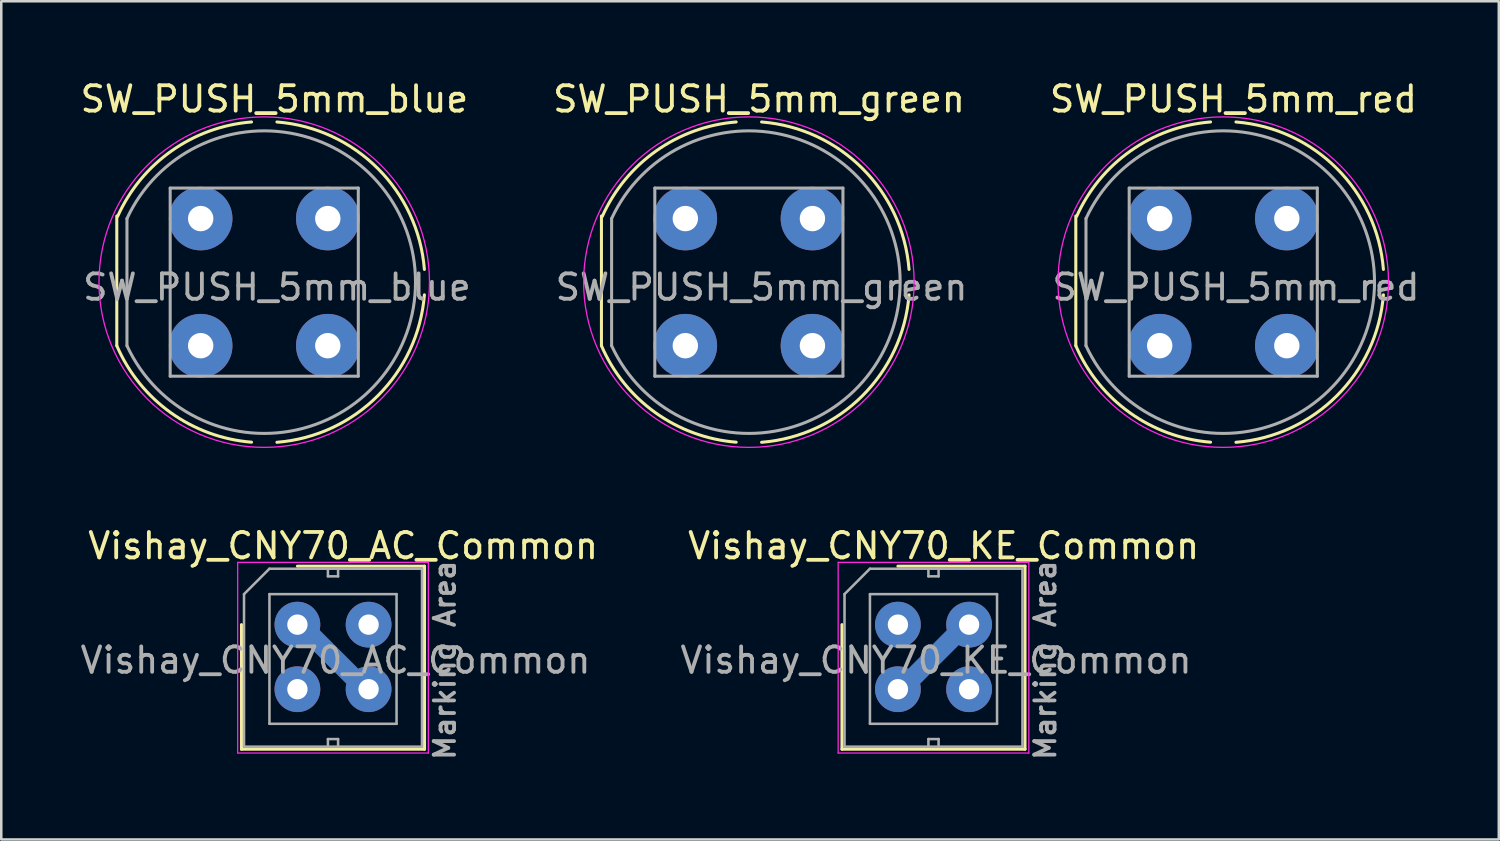
<source format=kicad_pcb>
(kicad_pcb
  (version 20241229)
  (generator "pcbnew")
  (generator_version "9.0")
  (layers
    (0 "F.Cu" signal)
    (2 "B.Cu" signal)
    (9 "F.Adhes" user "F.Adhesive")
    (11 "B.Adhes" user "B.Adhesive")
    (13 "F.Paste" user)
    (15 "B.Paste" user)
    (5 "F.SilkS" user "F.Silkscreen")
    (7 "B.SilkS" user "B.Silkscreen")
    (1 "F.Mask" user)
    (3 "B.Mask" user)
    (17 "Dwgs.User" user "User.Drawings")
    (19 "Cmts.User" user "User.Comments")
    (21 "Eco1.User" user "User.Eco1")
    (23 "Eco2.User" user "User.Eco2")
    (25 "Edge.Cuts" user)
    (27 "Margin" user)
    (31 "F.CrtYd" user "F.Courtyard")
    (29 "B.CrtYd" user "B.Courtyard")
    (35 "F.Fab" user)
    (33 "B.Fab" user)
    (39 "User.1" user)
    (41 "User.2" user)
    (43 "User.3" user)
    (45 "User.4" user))
  (footprint "Vishay_CNY70_KE_Common"
    (layer "F.Cu")
    (at 32.27 21.521)
    (property "Reference" "Vishay_CNY70_KE_Common" (at 1.8 -3.1 0) (layer "F.SilkS") (effects (font (size 1 1) (thickness 0.15))))
    (attr through_hole)
    (fp_line (start -2.2 0) (end -2.2 4.9) (stroke (width 0.12) (type solid)) (layer "F.SilkS"))
    (fp_line (start -2.2 4.9) (end 5 4.9) (stroke (width 0.12) (type solid)) (layer "F.SilkS"))
    (fp_line (start 5 -2.3) (end 0 -2.3) (stroke (width 0.12) (type solid)) (layer "F.SilkS"))
    (fp_line (start 5 4.9) (end 5 -2.3) (stroke (width 0.12) (type solid)) (layer "F.SilkS"))
    (fp_line (start -2.35 -2.45) (end -2.35 5.05) (stroke (width 0.05) (type solid)) (layer "F.CrtYd"))
    (fp_line (start -2.35 -2.45) (end 5.15 -2.45) (stroke (width 0.05) (type solid)) (layer "F.CrtYd"))
    (fp_line (start 5.15 5.05) (end -2.35 5.05) (stroke (width 0.05) (type solid)) (layer "F.CrtYd"))
    (fp_line (start 5.15 5.05) (end 5.15 -2.45) (stroke (width 0.05) (type solid)) (layer "F.CrtYd"))
    (fp_line (start -2.1 -1.2) (end -1.1 -2.2) (stroke (width 0.1) (type solid)) (layer "F.Fab"))
    (fp_line (start -2.1 4.8) (end -2.1 -1.2) (stroke (width 0.1) (type solid)) (layer "F.Fab"))
    (fp_line (start -1.1 -2.2) (end 4.9 -2.2) (stroke (width 0.1) (type solid)) (layer "F.Fab"))
    (fp_line (start -1.1 -1.2) (end -1.1 3.9) (stroke (width 0.1) (type solid)) (layer "F.Fab"))
    (fp_line (start -1.1 3.9) (end 3.9 3.9) (stroke (width 0.1) (type solid)) (layer "F.Fab"))
    (fp_line (start 1.2 -2.2) (end 1.2 -1.9) (stroke (width 0.1) (type solid)) (layer "F.Fab"))
    (fp_line (start 1.2 -1.9) (end 1.6 -1.9) (stroke (width 0.1) (type solid)) (layer "F.Fab"))
    (fp_line (start 1.2 4.5) (end 1.2 4.8) (stroke (width 0.1) (type solid)) (layer "F.Fab"))
    (fp_line (start 1.6 -1.9) (end 1.6 -2.2) (stroke (width 0.1) (type solid)) (layer "F.Fab"))
    (fp_line (start 1.6 4.5) (end 1.2 4.5) (stroke (width 0.1) (type solid)) (layer "F.Fab"))
    (fp_line (start 1.6 4.8) (end 1.6 4.5) (stroke (width 0.1) (type solid)) (layer "F.Fab"))
    (fp_line (start 3.9 -1.2) (end -1.1 -1.2) (stroke (width 0.1) (type solid)) (layer "F.Fab"))
    (fp_line (start 3.9 3.9) (end 3.9 -1.2) (stroke (width 0.1) (type solid)) (layer "F.Fab"))
    (fp_line (start 4.9 -2.2) (end 4.9 4.8) (stroke (width 0.1) (type solid)) (layer "F.Fab"))
    (fp_line (start 4.9 4.8) (end -2.1 4.8) (stroke (width 0.1) (type solid)) (layer "F.Fab"))
    (fp_text user "Marking Area" (at 5.8 1.4 90) (layer "F.Fab") (effects (font (size 0.8 0.8) (thickness 0.15))))
    (fp_text user "${REFERENCE}" (at 1.5 1.4 0) (layer "F.Fab") (effects (font (size 1 1) (thickness 0.15))))
    (pad "1" thru_hole circle (at 0 0) (size 1.8 1.8) (drill 0.8) (layers "*.Cu" "*.Mask"))
    (pad "2" thru_hole circle (at 0 2.54) (size 1.8 1.8) (drill 0.8) (layers "*.Cu" "*.Mask"))
    (pad "2" smd rect (at 1.4 1.27 315) (size 0.75 3) (layers "B.Cu"))
    (pad "2" thru_hole circle (at 2.8 0) (size 1.8 1.8) (drill 0.8) (layers "*.Cu" "*.Mask"))
    (pad "3" thru_hole circle (at 2.8 2.54) (size 1.8 1.8) (drill 0.8) (layers "*.Cu" "*.Mask")))
  (footprint "SW_PUSH_5mm_green"
    (layer "F.Cu")
    (at 23.908 5.548)
    (property "Reference" "SW_PUSH_5mm_green" (at 2.9 -4.7 0) (layer "F.SilkS") (effects (font (size 1 1) (thickness 0.15))))
    (attr through_hole)
    (fp_line (start -3.3 -0.1) (end -3.3 5) (stroke (width 0.12) (type solid)) (layer "F.SilkS"))
    (fp_arc (start -3.266886 -0.085156) (mid -1.142593 -2.664448) (end 2 -3.8) (stroke (width 0.12) (type solid)) (layer "F.SilkS"))
    (fp_arc (start 2.000311 8.796055) (mid -1.177503 7.63478) (end -3.3 5) (stroke (width 0.12) (type solid)) (layer "F.SilkS"))
    (fp_arc (start 3 -3.8) (mid 6.968781 -1.968781) (end 8.8 2) (stroke (width 0.12) (type solid)) (layer "F.SilkS"))
    (fp_arc (start 8.8 3) (mid 6.968781 6.968781) (end 3 8.8) (stroke (width 0.12) (type solid)) (layer "F.SilkS"))
    (fp_circle (center 2.5 2.5) (end 9 2.5) (stroke (width 0.05) (type solid)) (fill no) (layer "F.CrtYd"))
    (fp_line (start -2.9 0) (end -2.9 5) (stroke (width 0.12) (type solid)) (layer "F.Fab"))
    (fp_line (start -1.2 -1.2) (end 6.2 -1.2) (stroke (width 0.12) (type solid)) (layer "F.Fab"))
    (fp_line (start -1.2 6.2) (end -1.2 -1.2) (stroke (width 0.12) (type solid)) (layer "F.Fab"))
    (fp_line (start 6.2 -1.2) (end 6.2 6.2) (stroke (width 0.12) (type solid)) (layer "F.Fab"))
    (fp_line (start 6.2 6.2) (end -1.2 6.2) (stroke (width 0.12) (type solid)) (layer "F.Fab"))
    (fp_arc (start -2.900001 0.000001) (mid 8.450631 2.499999) (end -2.9 5) (stroke (width 0.12) (type solid)) (layer "F.Fab"))
    (fp_text user "${REFERENCE}" (at 3 2.7 0) (layer "F.Fab") (effects (font (size 1 1) (thickness 0.15))))
    (pad "1" thru_hole circle (at 0 0 90) (size 2.5 2.5) (drill 1) (layers "*.Cu" "*.Mask"))
    (pad "1" thru_hole circle (at 5 0 90) (size 2.5 2.5) (drill 1) (layers "*.Cu" "*.Mask"))
    (pad "2" thru_hole circle (at 0 5 90) (size 2.5 2.5) (drill 1) (layers "*.Cu" "*.Mask"))
    (pad "2" thru_hole circle (at 5 5 90) (size 2.5 2.5) (drill 1) (layers "*.Cu" "*.Mask")))
  (footprint "Vishay_CNY70_AC_Common"
    (layer "F.Cu")
    (at 8.649 21.521)
    (property "Reference" "Vishay_CNY70_AC_Common" (at 1.8 -3.1 0) (layer "F.SilkS") (effects (font (size 1 1) (thickness 0.15))))
    (attr through_hole)
    (fp_line (start -2.2 0) (end -2.2 4.9) (stroke (width 0.12) (type solid)) (layer "F.SilkS"))
    (fp_line (start -2.2 4.9) (end 5 4.9) (stroke (width 0.12) (type solid)) (layer "F.SilkS"))
    (fp_line (start 5 -2.3) (end 0 -2.3) (stroke (width 0.12) (type solid)) (layer "F.SilkS"))
    (fp_line (start 5 4.9) (end 5 -2.3) (stroke (width 0.12) (type solid)) (layer "F.SilkS"))
    (fp_line (start -2.35 -2.45) (end -2.35 5.05) (stroke (width 0.05) (type solid)) (layer "F.CrtYd"))
    (fp_line (start -2.35 -2.45) (end 5.15 -2.45) (stroke (width 0.05) (type solid)) (layer "F.CrtYd"))
    (fp_line (start 5.15 5.05) (end -2.35 5.05) (stroke (width 0.05) (type solid)) (layer "F.CrtYd"))
    (fp_line (start 5.15 5.05) (end 5.15 -2.45) (stroke (width 0.05) (type solid)) (layer "F.CrtYd"))
    (fp_line (start -2.1 -1.2) (end -1.1 -2.2) (stroke (width 0.1) (type solid)) (layer "F.Fab"))
    (fp_line (start -2.1 4.8) (end -2.1 -1.2) (stroke (width 0.1) (type solid)) (layer "F.Fab"))
    (fp_line (start -1.1 -2.2) (end 4.9 -2.2) (stroke (width 0.1) (type solid)) (layer "F.Fab"))
    (fp_line (start -1.1 -1.2) (end -1.1 3.9) (stroke (width 0.1) (type solid)) (layer "F.Fab"))
    (fp_line (start -1.1 3.9) (end 3.9 3.9) (stroke (width 0.1) (type solid)) (layer "F.Fab"))
    (fp_line (start 1.2 -2.2) (end 1.2 -1.9) (stroke (width 0.1) (type solid)) (layer "F.Fab"))
    (fp_line (start 1.2 -1.9) (end 1.6 -1.9) (stroke (width 0.1) (type solid)) (layer "F.Fab"))
    (fp_line (start 1.2 4.5) (end 1.2 4.8) (stroke (width 0.1) (type solid)) (layer "F.Fab"))
    (fp_line (start 1.6 -1.9) (end 1.6 -2.2) (stroke (width 0.1) (type solid)) (layer "F.Fab"))
    (fp_line (start 1.6 4.5) (end 1.2 4.5) (stroke (width 0.1) (type solid)) (layer "F.Fab"))
    (fp_line (start 1.6 4.8) (end 1.6 4.5) (stroke (width 0.1) (type solid)) (layer "F.Fab"))
    (fp_line (start 3.9 -1.2) (end -1.1 -1.2) (stroke (width 0.1) (type solid)) (layer "F.Fab"))
    (fp_line (start 3.9 3.9) (end 3.9 -1.2) (stroke (width 0.1) (type solid)) (layer "F.Fab"))
    (fp_line (start 4.9 -2.2) (end 4.9 4.8) (stroke (width 0.1) (type solid)) (layer "F.Fab"))
    (fp_line (start 4.9 4.8) (end -2.1 4.8) (stroke (width 0.1) (type solid)) (layer "F.Fab"))
    (fp_text user "${REFERENCE}" (at 1.5 1.4 0) (layer "F.Fab") (effects (font (size 1 1) (thickness 0.15))))
    (fp_text user "Marking Area" (at 5.8 1.4 90) (layer "F.Fab") (effects (font (size 0.8 0.8) (thickness 0.15))))
    (pad "1" thru_hole circle (at 0 0) (size 1.8 1.8) (drill 0.8) (layers "*.Cu" "*.Mask"))
    (pad "1" smd rect (at 1.4 1.27 45) (size 0.75 3) (layers "B.Cu"))
    (pad "1" thru_hole circle (at 2.8 2.54) (size 1.8 1.8) (drill 0.8) (layers "*.Cu" "*.Mask"))
    (pad "2" thru_hole circle (at 0 2.54) (size 1.8 1.8) (drill 0.8) (layers "*.Cu" "*.Mask"))
    (pad "4" thru_hole circle (at 2.8 0) (size 1.8 1.8) (drill 0.8) (layers "*.Cu" "*.Mask")))
  (footprint "SW_PUSH_5mm_blue"
    (layer "F.Cu")
    (at 4.844 5.548)
    (property "Reference" "SW_PUSH_5mm_blue" (at 2.9 -4.7 0) (layer "F.SilkS") (effects (font (size 1 1) (thickness 0.15))))
    (attr through_hole)
    (fp_line (start -3.3 -0.1) (end -3.3 5) (stroke (width 0.12) (type solid)) (layer "F.SilkS"))
    (fp_arc (start -3.266886 -0.085156) (mid -1.142593 -2.664448) (end 2 -3.8) (stroke (width 0.12) (type solid)) (layer "F.SilkS"))
    (fp_arc (start 2.000311 8.796055) (mid -1.177503 7.63478) (end -3.3 5) (stroke (width 0.12) (type solid)) (layer "F.SilkS"))
    (fp_arc (start 3 -3.8) (mid 6.968781 -1.968781) (end 8.8 2) (stroke (width 0.12) (type solid)) (layer "F.SilkS"))
    (fp_arc (start 8.8 3) (mid 6.968781 6.968781) (end 3 8.8) (stroke (width 0.12) (type solid)) (layer "F.SilkS"))
    (fp_circle (center 2.5 2.5) (end 9 2.5) (stroke (width 0.05) (type solid)) (fill no) (layer "F.CrtYd"))
    (fp_line (start -2.9 0) (end -2.9 5) (stroke (width 0.12) (type solid)) (layer "F.Fab"))
    (fp_line (start -1.2 -1.2) (end 6.2 -1.2) (stroke (width 0.12) (type solid)) (layer "F.Fab"))
    (fp_line (start -1.2 6.2) (end -1.2 -1.2) (stroke (width 0.12) (type solid)) (layer "F.Fab"))
    (fp_line (start 6.2 -1.2) (end 6.2 6.2) (stroke (width 0.12) (type solid)) (layer "F.Fab"))
    (fp_line (start 6.2 6.2) (end -1.2 6.2) (stroke (width 0.12) (type solid)) (layer "F.Fab"))
    (fp_arc (start -2.900001 0.000001) (mid 8.450631 2.499999) (end -2.9 5) (stroke (width 0.12) (type solid)) (layer "F.Fab"))
    (fp_text user "${REFERENCE}" (at 3 2.7 0) (layer "F.Fab") (effects (font (size 1 1) (thickness 0.15))))
    (pad "1" thru_hole circle (at 0 0 90) (size 2.5 2.5) (drill 1) (layers "*.Cu" "*.Mask"))
    (pad "1" thru_hole circle (at 5 0 90) (size 2.5 2.5) (drill 1) (layers "*.Cu" "*.Mask"))
    (pad "2" thru_hole circle (at 0 5 90) (size 2.5 2.5) (drill 1) (layers "*.Cu" "*.Mask"))
    (pad "2" thru_hole circle (at 5 5 90) (size 2.5 2.5) (drill 1) (layers "*.Cu" "*.Mask")))
  (footprint "SW_PUSH_5mm_red"
    (layer "F.Cu")
    (at 42.568 5.548)
    (property "Reference" "SW_PUSH_5mm_red" (at 2.9 -4.7 0) (layer "F.SilkS") (effects (font (size 1 1) (thickness 0.15))))
    (attr through_hole)
    (fp_line (start -3.3 -0.1) (end -3.3 5) (stroke (width 0.12) (type solid)) (layer "F.SilkS"))
    (fp_arc (start -3.266886 -0.085156) (mid -1.142593 -2.664448) (end 2 -3.8) (stroke (width 0.12) (type solid)) (layer "F.SilkS"))
    (fp_arc (start 2.000311 8.796055) (mid -1.177503 7.63478) (end -3.3 5) (stroke (width 0.12) (type solid)) (layer "F.SilkS"))
    (fp_arc (start 3 -3.8) (mid 6.968781 -1.968781) (end 8.8 2) (stroke (width 0.12) (type solid)) (layer "F.SilkS"))
    (fp_arc (start 8.8 3) (mid 6.968781 6.968781) (end 3 8.8) (stroke (width 0.12) (type solid)) (layer "F.SilkS"))
    (fp_circle (center 2.5 2.5) (end 9 2.5) (stroke (width 0.05) (type solid)) (fill no) (layer "F.CrtYd"))
    (fp_line (start -2.9 0) (end -2.9 5) (stroke (width 0.12) (type solid)) (layer "F.Fab"))
    (fp_line (start -1.2 -1.2) (end 6.2 -1.2) (stroke (width 0.12) (type solid)) (layer "F.Fab"))
    (fp_line (start -1.2 6.2) (end -1.2 -1.2) (stroke (width 0.12) (type solid)) (layer "F.Fab"))
    (fp_line (start 6.2 -1.2) (end 6.2 6.2) (stroke (width 0.12) (type solid)) (layer "F.Fab"))
    (fp_line (start 6.2 6.2) (end -1.2 6.2) (stroke (width 0.12) (type solid)) (layer "F.Fab"))
    (fp_arc (start -2.900001 0.000001) (mid 8.450631 2.499999) (end -2.9 5) (stroke (width 0.12) (type solid)) (layer "F.Fab"))
    (fp_text user "${REFERENCE}" (at 3 2.7 0) (layer "F.Fab") (effects (font (size 1 1) (thickness 0.15))))
    (pad "1" thru_hole circle (at 0 0 90) (size 2.5 2.5) (drill 1) (layers "*.Cu" "*.Mask"))
    (pad "1" thru_hole circle (at 5 0 90) (size 2.5 2.5) (drill 1) (layers "*.Cu" "*.Mask"))
    (pad "2" thru_hole circle (at 0 5 90) (size 2.5 2.5) (drill 1) (layers "*.Cu" "*.Mask"))
    (pad "2" thru_hole circle (at 5 5 90) (size 2.5 2.5) (drill 1) (layers "*.Cu" "*.Mask")))
  (gr_rect
    (start -3 -3)
    (end 55.907 29.971)
    (stroke (width 0.1) (type default))
    (fill no)
    (layer "Edge.Cuts")))
</source>
